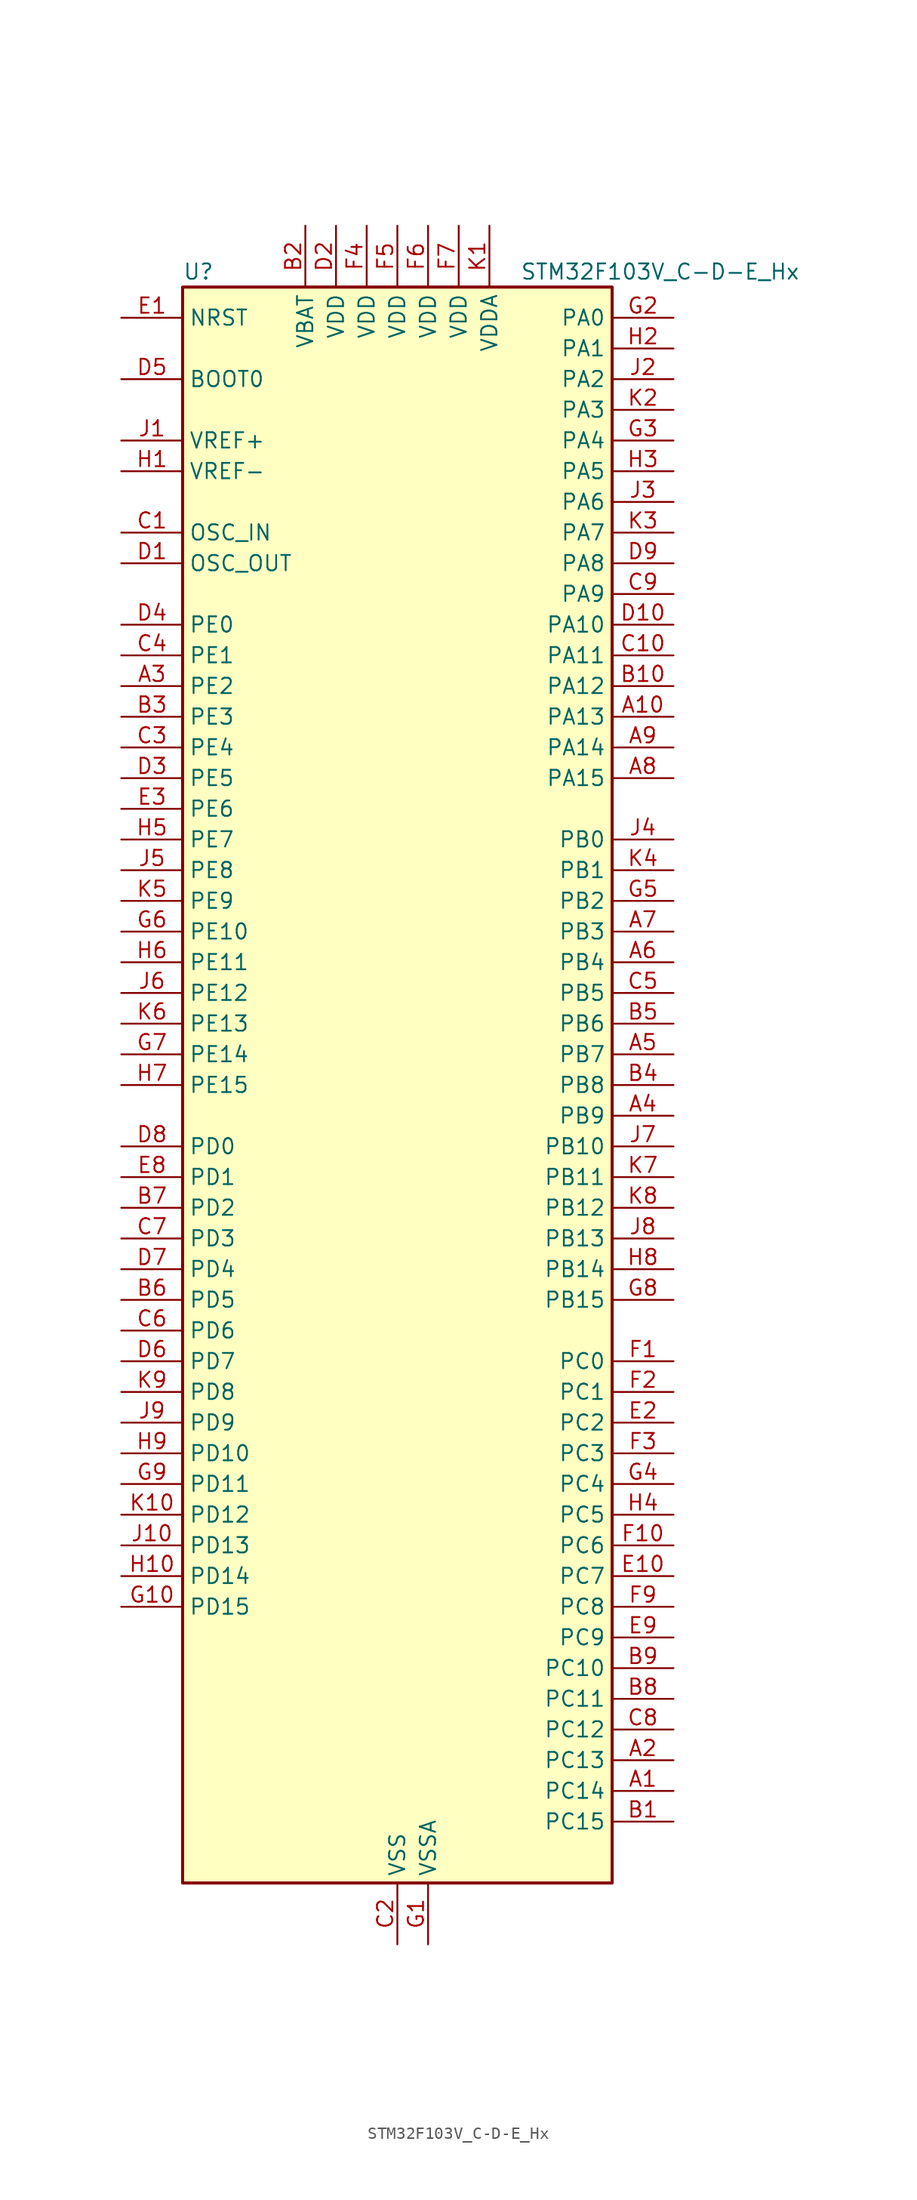
<source format=kicad_sym>
(kicad_symbol_lib
  (version 20231120)
  (generator "kicad_symbol_editor")
  (generator_version "8.0")
  (symbol "STM32F103V_C-D-E_Hx"
    (property "Reference" "U"
      (at -17.78 67.31 0)
      (effects (font (size 1.27 1.27)) (justify left)))
    (property "Value" "STM32F103V_C-D-E_Hx"
      (at 10.16 67.31 0)
      (effects (font (size 1.27 1.27)) (justify left)))
    (property "ki_locked" ""
      (at 0 0 0)
      (effects (font (size 1.27 1.27))))
    (symbol "STM32F103V_C-D-E_Hx_0_1"
      (rectangle (start -17.78 -66.04) (end 17.78 66.04) (stroke (width 0.254) (type default)) (fill (type background))))
    (symbol "STM32F103V_C-D-E_Hx_1_1"
      (pin bidirectional line (at 22.86 -58.42 180) (length 5.08) (name "PC14" (effects (font (size 1.27 1.27)))) (number "A1" (effects (font (size 1.27 1.27)))) (alternate "RCC_OSC32_IN" bidirectional line))
      (pin bidirectional line (at 22.86 30.48 180) (length 5.08) (name "PA13" (effects (font (size 1.27 1.27)))) (number "A10" (effects (font (size 1.27 1.27)))) (alternate "SYS_JTMS-SWDIO" bidirectional line))
      (pin bidirectional line (at 22.86 -55.88 180) (length 5.08) (name "PC13" (effects (font (size 1.27 1.27)))) (number "A2" (effects (font (size 1.27 1.27)))) (alternate "RTC_OUT" bidirectional line) (alternate "RTC_TAMPER" bidirectional line))
      (pin bidirectional line (at -22.86 33.02 0) (length 5.08) (name "PE2" (effects (font (size 1.27 1.27)))) (number "A3" (effects (font (size 1.27 1.27)))) (alternate "FSMC_A23" bidirectional line) (alternate "SYS_TRACECLK" bidirectional line))
      (pin bidirectional line (at 22.86 -2.54 180) (length 5.08) (name "PB9" (effects (font (size 1.27 1.27)))) (number "A4" (effects (font (size 1.27 1.27)))) (alternate "CAN_TX" bidirectional line) (alternate "DAC_EXTI9" bidirectional line) (alternate "I2C1_SDA" bidirectional line) (alternate "SDIO_D5" bidirectional line) (alternate "TIM4_CH4" bidirectional line))
      (pin bidirectional line (at 22.86 2.54 180) (length 5.08) (name "PB7" (effects (font (size 1.27 1.27)))) (number "A5" (effects (font (size 1.27 1.27)))) (alternate "FSMC_NL" bidirectional line) (alternate "I2C1_SDA" bidirectional line) (alternate "TIM4_CH2" bidirectional line) (alternate "USART1_RX" bidirectional line))
      (pin bidirectional line (at 22.86 10.16 180) (length 5.08) (name "PB4" (effects (font (size 1.27 1.27)))) (number "A6" (effects (font (size 1.27 1.27)))) (alternate "SPI1_MISO" bidirectional line) (alternate "SPI3_MISO" bidirectional line) (alternate "SYS_NJTRST" bidirectional line) (alternate "TIM3_CH1" bidirectional line))
      (pin bidirectional line (at 22.86 12.7 180) (length 5.08) (name "PB3" (effects (font (size 1.27 1.27)))) (number "A7" (effects (font (size 1.27 1.27)))) (alternate "I2S3_CK" bidirectional line) (alternate "SPI1_SCK" bidirectional line) (alternate "SPI3_SCK" bidirectional line) (alternate "SYS_JTDO-TRACESWO" bidirectional line) (alternate "TIM2_CH2" bidirectional line))
      (pin bidirectional line (at 22.86 25.4 180) (length 5.08) (name "PA15" (effects (font (size 1.27 1.27)))) (number "A8" (effects (font (size 1.27 1.27)))) (alternate "ADC1_EXTI15" bidirectional line) (alternate "ADC2_EXTI15" bidirectional line) (alternate "I2S3_WS" bidirectional line) (alternate "SPI1_NSS" bidirectional line) (alternate "SPI3_NSS" bidirectional line) (alternate "SYS_JTDI" bidirectional line) (alternate "TIM2_CH1" bidirectional line) (alternate "TIM2_ETR" bidirectional line))
      (pin bidirectional line (at 22.86 27.94 180) (length 5.08) (name "PA14" (effects (font (size 1.27 1.27)))) (number "A9" (effects (font (size 1.27 1.27)))) (alternate "SYS_JTCK-SWCLK" bidirectional line))
      (pin bidirectional line (at 22.86 -60.96 180) (length 5.08) (name "PC15" (effects (font (size 1.27 1.27)))) (number "B1" (effects (font (size 1.27 1.27)))) (alternate "ADC1_EXTI15" bidirectional line) (alternate "ADC2_EXTI15" bidirectional line) (alternate "RCC_OSC32_OUT" bidirectional line))
      (pin bidirectional line (at 22.86 33.02 180) (length 5.08) (name "PA12" (effects (font (size 1.27 1.27)))) (number "B10" (effects (font (size 1.27 1.27)))) (alternate "CAN_TX" bidirectional line) (alternate "TIM1_ETR" bidirectional line) (alternate "USART1_RTS" bidirectional line) (alternate "USB_DP" bidirectional line))
      (pin power_in line (at -7.62 71.12 270) (length 5.08) (name "VBAT" (effects (font (size 1.27 1.27)))) (number "B2" (effects (font (size 1.27 1.27)))))
      (pin bidirectional line (at -22.86 30.48 0) (length 5.08) (name "PE3" (effects (font (size 1.27 1.27)))) (number "B3" (effects (font (size 1.27 1.27)))) (alternate "FSMC_A19" bidirectional line) (alternate "SYS_TRACED0" bidirectional line))
      (pin bidirectional line (at 22.86 0 180) (length 5.08) (name "PB8" (effects (font (size 1.27 1.27)))) (number "B4" (effects (font (size 1.27 1.27)))) (alternate "CAN_RX" bidirectional line) (alternate "I2C1_SCL" bidirectional line) (alternate "SDIO_D4" bidirectional line) (alternate "TIM4_CH3" bidirectional line))
      (pin bidirectional line (at 22.86 5.08 180) (length 5.08) (name "PB6" (effects (font (size 1.27 1.27)))) (number "B5" (effects (font (size 1.27 1.27)))) (alternate "I2C1_SCL" bidirectional line) (alternate "TIM4_CH1" bidirectional line) (alternate "USART1_TX" bidirectional line))
      (pin bidirectional line (at -22.86 -17.78 0) (length 5.08) (name "PD5" (effects (font (size 1.27 1.27)))) (number "B6" (effects (font (size 1.27 1.27)))) (alternate "FSMC_NWE" bidirectional line) (alternate "USART2_TX" bidirectional line))
      (pin bidirectional line (at -22.86 -10.16 0) (length 5.08) (name "PD2" (effects (font (size 1.27 1.27)))) (number "B7" (effects (font (size 1.27 1.27)))) (alternate "SDIO_CMD" bidirectional line) (alternate "TIM3_ETR" bidirectional line) (alternate "UART5_RX" bidirectional line))
      (pin bidirectional line (at 22.86 -50.8 180) (length 5.08) (name "PC11" (effects (font (size 1.27 1.27)))) (number "B8" (effects (font (size 1.27 1.27)))) (alternate "ADC1_EXTI11" bidirectional line) (alternate "ADC2_EXTI11" bidirectional line) (alternate "SDIO_D3" bidirectional line) (alternate "UART4_RX" bidirectional line) (alternate "USART3_RX" bidirectional line))
      (pin bidirectional line (at 22.86 -48.26 180) (length 5.08) (name "PC10" (effects (font (size 1.27 1.27)))) (number "B9" (effects (font (size 1.27 1.27)))) (alternate "SDIO_D2" bidirectional line) (alternate "UART4_TX" bidirectional line) (alternate "USART3_TX" bidirectional line))
      (pin input line (at -22.86 45.72 0) (length 5.08) (name "OSC_IN" (effects (font (size 1.27 1.27)))) (number "C1" (effects (font (size 1.27 1.27)))) (alternate "RCC_OSC_IN" bidirectional line))
      (pin bidirectional line (at 22.86 35.56 180) (length 5.08) (name "PA11" (effects (font (size 1.27 1.27)))) (number "C10" (effects (font (size 1.27 1.27)))) (alternate "ADC1_EXTI11" bidirectional line) (alternate "ADC2_EXTI11" bidirectional line) (alternate "CAN_RX" bidirectional line) (alternate "TIM1_CH4" bidirectional line) (alternate "USART1_CTS" bidirectional line) (alternate "USB_DM" bidirectional line))
      (pin power_in line (at 0 -71.12 90) (length 5.08) (name "VSS" (effects (font (size 1.27 1.27)))) (number "C2" (effects (font (size 1.27 1.27)))))
      (pin bidirectional line (at -22.86 27.94 0) (length 5.08) (name "PE4" (effects (font (size 1.27 1.27)))) (number "C3" (effects (font (size 1.27 1.27)))) (alternate "FSMC_A20" bidirectional line) (alternate "SYS_TRACED1" bidirectional line))
      (pin bidirectional line (at -22.86 35.56 0) (length 5.08) (name "PE1" (effects (font (size 1.27 1.27)))) (number "C4" (effects (font (size 1.27 1.27)))) (alternate "FSMC_NBL1" bidirectional line))
      (pin bidirectional line (at 22.86 7.62 180) (length 5.08) (name "PB5" (effects (font (size 1.27 1.27)))) (number "C5" (effects (font (size 1.27 1.27)))) (alternate "I2C1_SMBA" bidirectional line) (alternate "I2S3_SD" bidirectional line) (alternate "SPI1_MOSI" bidirectional line) (alternate "SPI3_MOSI" bidirectional line) (alternate "TIM3_CH2" bidirectional line))
      (pin bidirectional line (at -22.86 -20.32 0) (length 5.08) (name "PD6" (effects (font (size 1.27 1.27)))) (number "C6" (effects (font (size 1.27 1.27)))) (alternate "FSMC_NWAIT" bidirectional line) (alternate "USART2_RX" bidirectional line))
      (pin bidirectional line (at -22.86 -12.7 0) (length 5.08) (name "PD3" (effects (font (size 1.27 1.27)))) (number "C7" (effects (font (size 1.27 1.27)))) (alternate "FSMC_CLK" bidirectional line) (alternate "USART2_CTS" bidirectional line))
      (pin bidirectional line (at 22.86 -53.34 180) (length 5.08) (name "PC12" (effects (font (size 1.27 1.27)))) (number "C8" (effects (font (size 1.27 1.27)))) (alternate "SDIO_CK" bidirectional line) (alternate "UART5_TX" bidirectional line) (alternate "USART3_CK" bidirectional line))
      (pin bidirectional line (at 22.86 40.64 180) (length 5.08) (name "PA9" (effects (font (size 1.27 1.27)))) (number "C9" (effects (font (size 1.27 1.27)))) (alternate "DAC_EXTI9" bidirectional line) (alternate "TIM1_CH2" bidirectional line) (alternate "USART1_TX" bidirectional line))
      (pin input line (at -22.86 43.18 0) (length 5.08) (name "OSC_OUT" (effects (font (size 1.27 1.27)))) (number "D1" (effects (font (size 1.27 1.27)))) (alternate "RCC_OSC_OUT" bidirectional line))
      (pin bidirectional line (at 22.86 38.1 180) (length 5.08) (name "PA10" (effects (font (size 1.27 1.27)))) (number "D10" (effects (font (size 1.27 1.27)))) (alternate "TIM1_CH3" bidirectional line) (alternate "USART1_RX" bidirectional line))
      (pin power_in line (at -5.08 71.12 270) (length 5.08) (name "VDD" (effects (font (size 1.27 1.27)))) (number "D2" (effects (font (size 1.27 1.27)))))
      (pin bidirectional line (at -22.86 25.4 0) (length 5.08) (name "PE5" (effects (font (size 1.27 1.27)))) (number "D3" (effects (font (size 1.27 1.27)))) (alternate "FSMC_A21" bidirectional line) (alternate "SYS_TRACED2" bidirectional line))
      (pin bidirectional line (at -22.86 38.1 0) (length 5.08) (name "PE0" (effects (font (size 1.27 1.27)))) (number "D4" (effects (font (size 1.27 1.27)))) (alternate "FSMC_NBL0" bidirectional line) (alternate "TIM4_ETR" bidirectional line))
      (pin input line (at -22.86 58.42 0) (length 5.08) (name "BOOT0" (effects (font (size 1.27 1.27)))) (number "D5" (effects (font (size 1.27 1.27)))))
      (pin bidirectional line (at -22.86 -22.86 0) (length 5.08) (name "PD7" (effects (font (size 1.27 1.27)))) (number "D6" (effects (font (size 1.27 1.27)))) (alternate "FSMC_NCE2" bidirectional line) (alternate "FSMC_NE1" bidirectional line) (alternate "USART2_CK" bidirectional line))
      (pin bidirectional line (at -22.86 -15.24 0) (length 5.08) (name "PD4" (effects (font (size 1.27 1.27)))) (number "D7" (effects (font (size 1.27 1.27)))) (alternate "FSMC_NOE" bidirectional line) (alternate "USART2_RTS" bidirectional line))
      (pin bidirectional line (at -22.86 -5.08 0) (length 5.08) (name "PD0" (effects (font (size 1.27 1.27)))) (number "D8" (effects (font (size 1.27 1.27)))) (alternate "CAN_RX" bidirectional line) (alternate "FSMC_D2" bidirectional line) (alternate "FSMC_DA2" bidirectional line))
      (pin bidirectional line (at 22.86 43.18 180) (length 5.08) (name "PA8" (effects (font (size 1.27 1.27)))) (number "D9" (effects (font (size 1.27 1.27)))) (alternate "RCC_MCO" bidirectional line) (alternate "TIM1_CH1" bidirectional line) (alternate "USART1_CK" bidirectional line))
      (pin input line (at -22.86 63.5 0) (length 5.08) (name "NRST" (effects (font (size 1.27 1.27)))) (number "E1" (effects (font (size 1.27 1.27)))))
      (pin bidirectional line (at 22.86 -40.64 180) (length 5.08) (name "PC7" (effects (font (size 1.27 1.27)))) (number "E10" (effects (font (size 1.27 1.27)))) (alternate "I2S3_MCK" bidirectional line) (alternate "SDIO_D7" bidirectional line) (alternate "TIM3_CH2" bidirectional line) (alternate "TIM8_CH2" bidirectional line))
      (pin bidirectional line (at 22.86 -27.94 180) (length 5.08) (name "PC2" (effects (font (size 1.27 1.27)))) (number "E2" (effects (font (size 1.27 1.27)))) (alternate "ADC1_IN12" bidirectional line) (alternate "ADC2_IN12" bidirectional line) (alternate "ADC3_IN12" bidirectional line))
      (pin bidirectional line (at -22.86 22.86 0) (length 5.08) (name "PE6" (effects (font (size 1.27 1.27)))) (number "E3" (effects (font (size 1.27 1.27)))) (alternate "FSMC_A22" bidirectional line) (alternate "SYS_TRACED3" bidirectional line))
      (pin passive line (at 0 -71.12 90) (length 5.08) hide (name "VSS" (effects (font (size 1.27 1.27)))) (number "E4" (effects (font (size 1.27 1.27)))))
      (pin passive line (at 0 -71.12 90) (length 5.08) hide (name "VSS" (effects (font (size 1.27 1.27)))) (number "E5" (effects (font (size 1.27 1.27)))))
      (pin passive line (at 0 -71.12 90) (length 5.08) hide (name "VSS" (effects (font (size 1.27 1.27)))) (number "E6" (effects (font (size 1.27 1.27)))))
      (pin passive line (at 0 -71.12 90) (length 5.08) hide (name "VSS" (effects (font (size 1.27 1.27)))) (number "E7" (effects (font (size 1.27 1.27)))))
      (pin bidirectional line (at -22.86 -7.62 0) (length 5.08) (name "PD1" (effects (font (size 1.27 1.27)))) (number "E8" (effects (font (size 1.27 1.27)))) (alternate "CAN_TX" bidirectional line) (alternate "FSMC_D3" bidirectional line) (alternate "FSMC_DA3" bidirectional line))
      (pin bidirectional line (at 22.86 -45.72 180) (length 5.08) (name "PC9" (effects (font (size 1.27 1.27)))) (number "E9" (effects (font (size 1.27 1.27)))) (alternate "DAC_EXTI9" bidirectional line) (alternate "SDIO_D1" bidirectional line) (alternate "TIM3_CH4" bidirectional line) (alternate "TIM8_CH4" bidirectional line))
      (pin bidirectional line (at 22.86 -22.86 180) (length 5.08) (name "PC0" (effects (font (size 1.27 1.27)))) (number "F1" (effects (font (size 1.27 1.27)))) (alternate "ADC1_IN10" bidirectional line) (alternate "ADC2_IN10" bidirectional line) (alternate "ADC3_IN10" bidirectional line))
      (pin bidirectional line (at 22.86 -38.1 180) (length 5.08) (name "PC6" (effects (font (size 1.27 1.27)))) (number "F10" (effects (font (size 1.27 1.27)))) (alternate "I2S2_MCK" bidirectional line) (alternate "SDIO_D6" bidirectional line) (alternate "TIM3_CH1" bidirectional line) (alternate "TIM8_CH1" bidirectional line))
      (pin bidirectional line (at 22.86 -25.4 180) (length 5.08) (name "PC1" (effects (font (size 1.27 1.27)))) (number "F2" (effects (font (size 1.27 1.27)))) (alternate "ADC1_IN11" bidirectional line) (alternate "ADC2_IN11" bidirectional line) (alternate "ADC3_IN11" bidirectional line))
      (pin bidirectional line (at 22.86 -30.48 180) (length 5.08) (name "PC3" (effects (font (size 1.27 1.27)))) (number "F3" (effects (font (size 1.27 1.27)))) (alternate "ADC1_IN13" bidirectional line) (alternate "ADC2_IN13" bidirectional line) (alternate "ADC3_IN13" bidirectional line))
      (pin power_in line (at -2.54 71.12 270) (length 5.08) (name "VDD" (effects (font (size 1.27 1.27)))) (number "F4" (effects (font (size 1.27 1.27)))))
      (pin power_in line (at 0 71.12 270) (length 5.08) (name "VDD" (effects (font (size 1.27 1.27)))) (number "F5" (effects (font (size 1.27 1.27)))))
      (pin power_in line (at 2.54 71.12 270) (length 5.08) (name "VDD" (effects (font (size 1.27 1.27)))) (number "F6" (effects (font (size 1.27 1.27)))))
      (pin power_in line (at 5.08 71.12 270) (length 5.08) (name "VDD" (effects (font (size 1.27 1.27)))) (number "F7" (effects (font (size 1.27 1.27)))))
      (pin no_connect line (at -17.78 -66.04 0) (length 5.08) hide (name "NC" (effects (font (size 1.27 1.27)))) (number "F8" (effects (font (size 1.27 1.27)))))
      (pin bidirectional line (at 22.86 -43.18 180) (length 5.08) (name "PC8" (effects (font (size 1.27 1.27)))) (number "F9" (effects (font (size 1.27 1.27)))) (alternate "SDIO_D0" bidirectional line) (alternate "TIM3_CH3" bidirectional line) (alternate "TIM8_CH3" bidirectional line))
      (pin power_in line (at 2.54 -71.12 90) (length 5.08) (name "VSSA" (effects (font (size 1.27 1.27)))) (number "G1" (effects (font (size 1.27 1.27)))))
      (pin bidirectional line (at -22.86 -43.18 0) (length 5.08) (name "PD15" (effects (font (size 1.27 1.27)))) (number "G10" (effects (font (size 1.27 1.27)))) (alternate "ADC1_EXTI15" bidirectional line) (alternate "ADC2_EXTI15" bidirectional line) (alternate "FSMC_D1" bidirectional line) (alternate "FSMC_DA1" bidirectional line) (alternate "TIM4_CH4" bidirectional line))
      (pin bidirectional line (at 22.86 63.5 180) (length 5.08) (name "PA0" (effects (font (size 1.27 1.27)))) (number "G2" (effects (font (size 1.27 1.27)))) (alternate "ADC1_IN0" bidirectional line) (alternate "ADC2_IN0" bidirectional line) (alternate "ADC3_IN0" bidirectional line) (alternate "SYS_WKUP" bidirectional line) (alternate "TIM2_CH1" bidirectional line) (alternate "TIM2_ETR" bidirectional line) (alternate "TIM5_CH1" bidirectional line) (alternate "TIM8_ETR" bidirectional line) (alternate "USART2_CTS" bidirectional line))
      (pin bidirectional line (at 22.86 53.34 180) (length 5.08) (name "PA4" (effects (font (size 1.27 1.27)))) (number "G3" (effects (font (size 1.27 1.27)))) (alternate "ADC1_IN4" bidirectional line) (alternate "ADC2_IN4" bidirectional line) (alternate "DAC_OUT1" bidirectional line) (alternate "SPI1_NSS" bidirectional line) (alternate "USART2_CK" bidirectional line))
      (pin bidirectional line (at 22.86 -33.02 180) (length 5.08) (name "PC4" (effects (font (size 1.27 1.27)))) (number "G4" (effects (font (size 1.27 1.27)))) (alternate "ADC1_IN14" bidirectional line) (alternate "ADC2_IN14" bidirectional line))
      (pin bidirectional line (at 22.86 15.24 180) (length 5.08) (name "PB2" (effects (font (size 1.27 1.27)))) (number "G5" (effects (font (size 1.27 1.27)))))
      (pin bidirectional line (at -22.86 12.7 0) (length 5.08) (name "PE10" (effects (font (size 1.27 1.27)))) (number "G6" (effects (font (size 1.27 1.27)))) (alternate "FSMC_D7" bidirectional line) (alternate "FSMC_DA7" bidirectional line) (alternate "TIM1_CH2N" bidirectional line))
      (pin bidirectional line (at -22.86 2.54 0) (length 5.08) (name "PE14" (effects (font (size 1.27 1.27)))) (number "G7" (effects (font (size 1.27 1.27)))) (alternate "FSMC_D11" bidirectional line) (alternate "FSMC_DA11" bidirectional line) (alternate "TIM1_CH4" bidirectional line))
      (pin bidirectional line (at 22.86 -17.78 180) (length 5.08) (name "PB15" (effects (font (size 1.27 1.27)))) (number "G8" (effects (font (size 1.27 1.27)))) (alternate "ADC1_EXTI15" bidirectional line) (alternate "ADC2_EXTI15" bidirectional line) (alternate "I2S2_SD" bidirectional line) (alternate "SPI2_MOSI" bidirectional line) (alternate "TIM1_CH3N" bidirectional line))
      (pin bidirectional line (at -22.86 -33.02 0) (length 5.08) (name "PD11" (effects (font (size 1.27 1.27)))) (number "G9" (effects (font (size 1.27 1.27)))) (alternate "ADC1_EXTI11" bidirectional line) (alternate "ADC2_EXTI11" bidirectional line) (alternate "FSMC_A16" bidirectional line) (alternate "FSMC_CLE" bidirectional line) (alternate "USART3_CTS" bidirectional line))
      (pin input line (at -22.86 50.8 0) (length 5.08) (name "VREF-" (effects (font (size 1.27 1.27)))) (number "H1" (effects (font (size 1.27 1.27)))))
      (pin bidirectional line (at -22.86 -40.64 0) (length 5.08) (name "PD14" (effects (font (size 1.27 1.27)))) (number "H10" (effects (font (size 1.27 1.27)))) (alternate "FSMC_D0" bidirectional line) (alternate "FSMC_DA0" bidirectional line) (alternate "TIM4_CH3" bidirectional line))
      (pin bidirectional line (at 22.86 60.96 180) (length 5.08) (name "PA1" (effects (font (size 1.27 1.27)))) (number "H2" (effects (font (size 1.27 1.27)))) (alternate "ADC1_IN1" bidirectional line) (alternate "ADC2_IN1" bidirectional line) (alternate "ADC3_IN1" bidirectional line) (alternate "TIM2_CH2" bidirectional line) (alternate "TIM5_CH2" bidirectional line) (alternate "USART2_RTS" bidirectional line))
      (pin bidirectional line (at 22.86 50.8 180) (length 5.08) (name "PA5" (effects (font (size 1.27 1.27)))) (number "H3" (effects (font (size 1.27 1.27)))) (alternate "ADC1_IN5" bidirectional line) (alternate "ADC2_IN5" bidirectional line) (alternate "DAC_OUT2" bidirectional line) (alternate "SPI1_SCK" bidirectional line))
      (pin bidirectional line (at 22.86 -35.56 180) (length 5.08) (name "PC5" (effects (font (size 1.27 1.27)))) (number "H4" (effects (font (size 1.27 1.27)))) (alternate "ADC1_IN15" bidirectional line) (alternate "ADC2_IN15" bidirectional line))
      (pin bidirectional line (at -22.86 20.32 0) (length 5.08) (name "PE7" (effects (font (size 1.27 1.27)))) (number "H5" (effects (font (size 1.27 1.27)))) (alternate "FSMC_D4" bidirectional line) (alternate "FSMC_DA4" bidirectional line) (alternate "TIM1_ETR" bidirectional line))
      (pin bidirectional line (at -22.86 10.16 0) (length 5.08) (name "PE11" (effects (font (size 1.27 1.27)))) (number "H6" (effects (font (size 1.27 1.27)))) (alternate "ADC1_EXTI11" bidirectional line) (alternate "ADC2_EXTI11" bidirectional line) (alternate "FSMC_D8" bidirectional line) (alternate "FSMC_DA8" bidirectional line) (alternate "TIM1_CH2" bidirectional line))
      (pin bidirectional line (at -22.86 0 0) (length 5.08) (name "PE15" (effects (font (size 1.27 1.27)))) (number "H7" (effects (font (size 1.27 1.27)))) (alternate "ADC1_EXTI15" bidirectional line) (alternate "ADC2_EXTI15" bidirectional line) (alternate "FSMC_D12" bidirectional line) (alternate "FSMC_DA12" bidirectional line) (alternate "TIM1_BKIN" bidirectional line))
      (pin bidirectional line (at 22.86 -15.24 180) (length 5.08) (name "PB14" (effects (font (size 1.27 1.27)))) (number "H8" (effects (font (size 1.27 1.27)))) (alternate "SPI2_MISO" bidirectional line) (alternate "TIM1_CH2N" bidirectional line) (alternate "USART3_RTS" bidirectional line))
      (pin bidirectional line (at -22.86 -30.48 0) (length 5.08) (name "PD10" (effects (font (size 1.27 1.27)))) (number "H9" (effects (font (size 1.27 1.27)))) (alternate "FSMC_D15" bidirectional line) (alternate "FSMC_DA15" bidirectional line) (alternate "USART3_CK" bidirectional line))
      (pin input line (at -22.86 53.34 0) (length 5.08) (name "VREF+" (effects (font (size 1.27 1.27)))) (number "J1" (effects (font (size 1.27 1.27)))))
      (pin bidirectional line (at -22.86 -38.1 0) (length 5.08) (name "PD13" (effects (font (size 1.27 1.27)))) (number "J10" (effects (font (size 1.27 1.27)))) (alternate "FSMC_A18" bidirectional line) (alternate "TIM4_CH2" bidirectional line))
      (pin bidirectional line (at 22.86 58.42 180) (length 5.08) (name "PA2" (effects (font (size 1.27 1.27)))) (number "J2" (effects (font (size 1.27 1.27)))) (alternate "ADC1_IN2" bidirectional line) (alternate "ADC2_IN2" bidirectional line) (alternate "ADC3_IN2" bidirectional line) (alternate "TIM2_CH3" bidirectional line) (alternate "TIM5_CH3" bidirectional line) (alternate "USART2_TX" bidirectional line))
      (pin bidirectional line (at 22.86 48.26 180) (length 5.08) (name "PA6" (effects (font (size 1.27 1.27)))) (number "J3" (effects (font (size 1.27 1.27)))) (alternate "ADC1_IN6" bidirectional line) (alternate "ADC2_IN6" bidirectional line) (alternate "SPI1_MISO" bidirectional line) (alternate "TIM1_BKIN" bidirectional line) (alternate "TIM3_CH1" bidirectional line) (alternate "TIM8_BKIN" bidirectional line))
      (pin bidirectional line (at 22.86 20.32 180) (length 5.08) (name "PB0" (effects (font (size 1.27 1.27)))) (number "J4" (effects (font (size 1.27 1.27)))) (alternate "ADC1_IN8" bidirectional line) (alternate "ADC2_IN8" bidirectional line) (alternate "TIM1_CH2N" bidirectional line) (alternate "TIM3_CH3" bidirectional line) (alternate "TIM8_CH2N" bidirectional line))
      (pin bidirectional line (at -22.86 17.78 0) (length 5.08) (name "PE8" (effects (font (size 1.27 1.27)))) (number "J5" (effects (font (size 1.27 1.27)))) (alternate "FSMC_D5" bidirectional line) (alternate "FSMC_DA5" bidirectional line) (alternate "TIM1_CH1N" bidirectional line))
      (pin bidirectional line (at -22.86 7.62 0) (length 5.08) (name "PE12" (effects (font (size 1.27 1.27)))) (number "J6" (effects (font (size 1.27 1.27)))) (alternate "FSMC_D9" bidirectional line) (alternate "FSMC_DA9" bidirectional line) (alternate "TIM1_CH3N" bidirectional line))
      (pin bidirectional line (at 22.86 -5.08 180) (length 5.08) (name "PB10" (effects (font (size 1.27 1.27)))) (number "J7" (effects (font (size 1.27 1.27)))) (alternate "I2C2_SCL" bidirectional line) (alternate "TIM2_CH3" bidirectional line) (alternate "USART3_TX" bidirectional line))
      (pin bidirectional line (at 22.86 -12.7 180) (length 5.08) (name "PB13" (effects (font (size 1.27 1.27)))) (number "J8" (effects (font (size 1.27 1.27)))) (alternate "I2S2_CK" bidirectional line) (alternate "SPI2_SCK" bidirectional line) (alternate "TIM1_CH1N" bidirectional line) (alternate "USART3_CTS" bidirectional line))
      (pin bidirectional line (at -22.86 -27.94 0) (length 5.08) (name "PD9" (effects (font (size 1.27 1.27)))) (number "J9" (effects (font (size 1.27 1.27)))) (alternate "DAC_EXTI9" bidirectional line) (alternate "FSMC_D14" bidirectional line) (alternate "FSMC_DA14" bidirectional line) (alternate "USART3_RX" bidirectional line))
      (pin power_in line (at 7.62 71.12 270) (length 5.08) (name "VDDA" (effects (font (size 1.27 1.27)))) (number "K1" (effects (font (size 1.27 1.27)))))
      (pin bidirectional line (at -22.86 -35.56 0) (length 5.08) (name "PD12" (effects (font (size 1.27 1.27)))) (number "K10" (effects (font (size 1.27 1.27)))) (alternate "FSMC_A17" bidirectional line) (alternate "FSMC_ALE" bidirectional line) (alternate "TIM4_CH1" bidirectional line) (alternate "USART3_RTS" bidirectional line))
      (pin bidirectional line (at 22.86 55.88 180) (length 5.08) (name "PA3" (effects (font (size 1.27 1.27)))) (number "K2" (effects (font (size 1.27 1.27)))) (alternate "ADC1_IN3" bidirectional line) (alternate "ADC2_IN3" bidirectional line) (alternate "ADC3_IN3" bidirectional line) (alternate "TIM2_CH4" bidirectional line) (alternate "TIM5_CH4" bidirectional line) (alternate "USART2_RX" bidirectional line))
      (pin bidirectional line (at 22.86 45.72 180) (length 5.08) (name "PA7" (effects (font (size 1.27 1.27)))) (number "K3" (effects (font (size 1.27 1.27)))) (alternate "ADC1_IN7" bidirectional line) (alternate "ADC2_IN7" bidirectional line) (alternate "SPI1_MOSI" bidirectional line) (alternate "TIM1_CH1N" bidirectional line) (alternate "TIM3_CH2" bidirectional line) (alternate "TIM8_CH1N" bidirectional line))
      (pin bidirectional line (at 22.86 17.78 180) (length 5.08) (name "PB1" (effects (font (size 1.27 1.27)))) (number "K4" (effects (font (size 1.27 1.27)))) (alternate "ADC1_IN9" bidirectional line) (alternate "ADC2_IN9" bidirectional line) (alternate "TIM1_CH3N" bidirectional line) (alternate "TIM3_CH4" bidirectional line) (alternate "TIM8_CH3N" bidirectional line))
      (pin bidirectional line (at -22.86 15.24 0) (length 5.08) (name "PE9" (effects (font (size 1.27 1.27)))) (number "K5" (effects (font (size 1.27 1.27)))) (alternate "DAC_EXTI9" bidirectional line) (alternate "FSMC_D6" bidirectional line) (alternate "FSMC_DA6" bidirectional line) (alternate "TIM1_CH1" bidirectional line))
      (pin bidirectional line (at -22.86 5.08 0) (length 5.08) (name "PE13" (effects (font (size 1.27 1.27)))) (number "K6" (effects (font (size 1.27 1.27)))) (alternate "FSMC_D10" bidirectional line) (alternate "FSMC_DA10" bidirectional line) (alternate "TIM1_CH3" bidirectional line))
      (pin bidirectional line (at 22.86 -7.62 180) (length 5.08) (name "PB11" (effects (font (size 1.27 1.27)))) (number "K7" (effects (font (size 1.27 1.27)))) (alternate "ADC1_EXTI11" bidirectional line) (alternate "ADC2_EXTI11" bidirectional line) (alternate "I2C2_SDA" bidirectional line) (alternate "TIM2_CH4" bidirectional line) (alternate "USART3_RX" bidirectional line))
      (pin bidirectional line (at 22.86 -10.16 180) (length 5.08) (name "PB12" (effects (font (size 1.27 1.27)))) (number "K8" (effects (font (size 1.27 1.27)))) (alternate "I2C2_SMBA" bidirectional line) (alternate "I2S2_WS" bidirectional line) (alternate "SPI2_NSS" bidirectional line) (alternate "TIM1_BKIN" bidirectional line) (alternate "USART3_CK" bidirectional line))
      (pin bidirectional line (at -22.86 -25.4 0) (length 5.08) (name "PD8" (effects (font (size 1.27 1.27)))) (number "K9" (effects (font (size 1.27 1.27)))) (alternate "FSMC_D13" bidirectional line) (alternate "FSMC_DA13" bidirectional line) (alternate "USART3_TX" bidirectional line)))))
</source>
